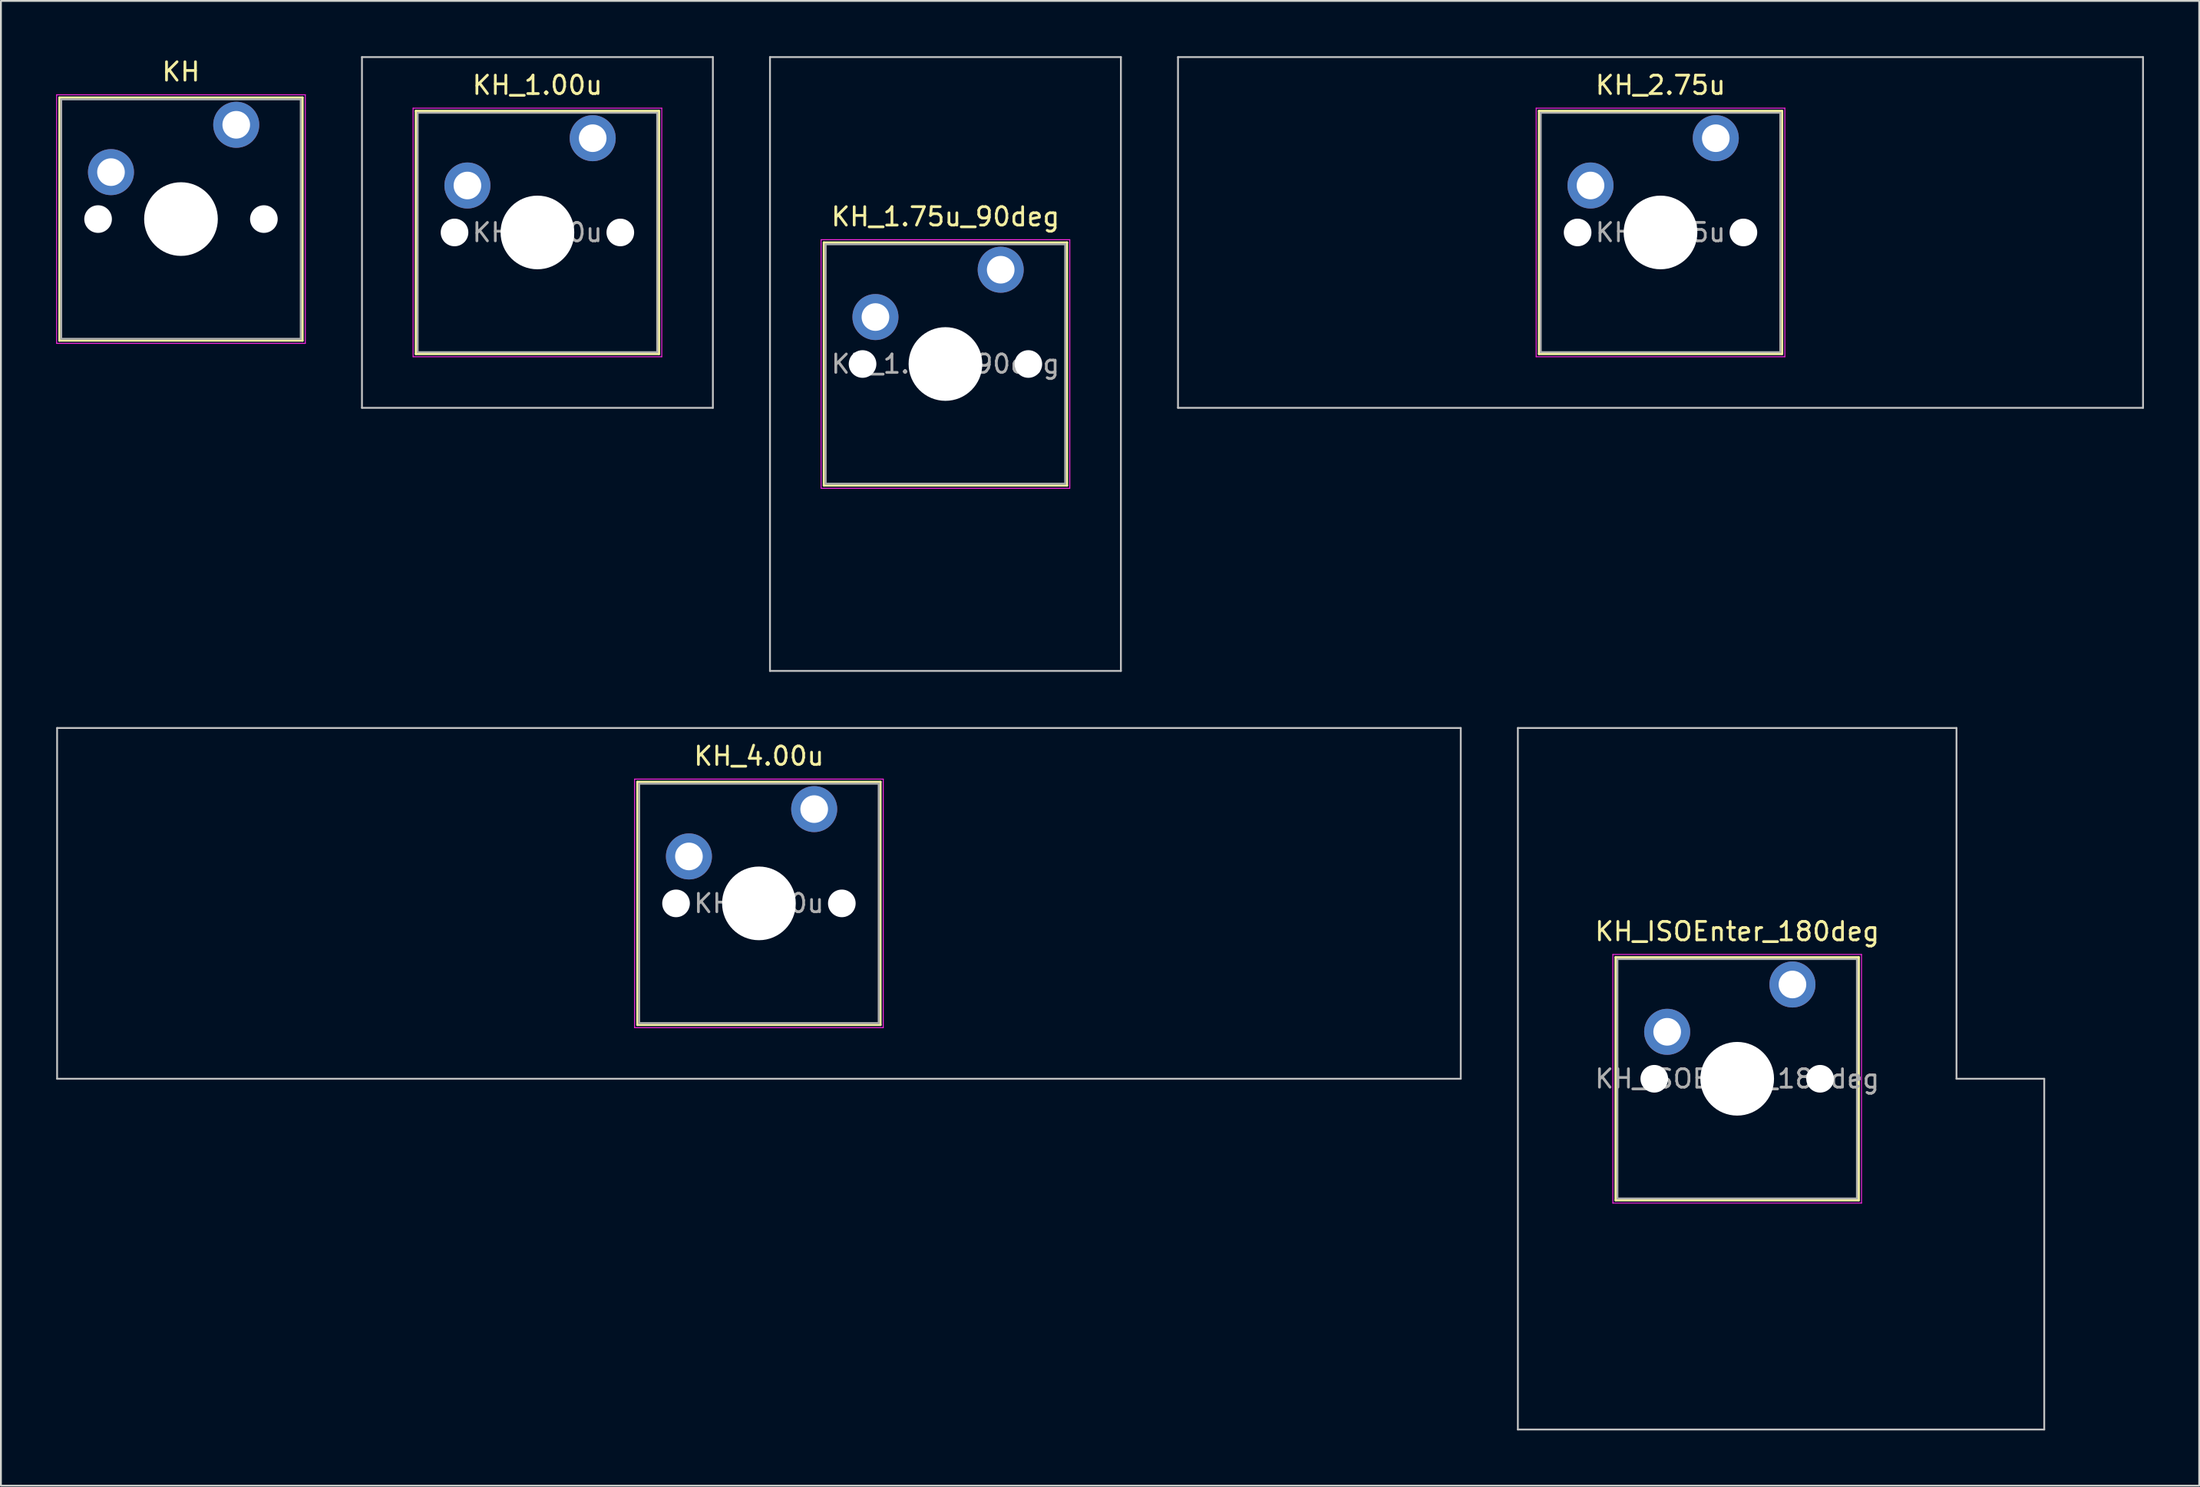
<source format=kicad_pcb>
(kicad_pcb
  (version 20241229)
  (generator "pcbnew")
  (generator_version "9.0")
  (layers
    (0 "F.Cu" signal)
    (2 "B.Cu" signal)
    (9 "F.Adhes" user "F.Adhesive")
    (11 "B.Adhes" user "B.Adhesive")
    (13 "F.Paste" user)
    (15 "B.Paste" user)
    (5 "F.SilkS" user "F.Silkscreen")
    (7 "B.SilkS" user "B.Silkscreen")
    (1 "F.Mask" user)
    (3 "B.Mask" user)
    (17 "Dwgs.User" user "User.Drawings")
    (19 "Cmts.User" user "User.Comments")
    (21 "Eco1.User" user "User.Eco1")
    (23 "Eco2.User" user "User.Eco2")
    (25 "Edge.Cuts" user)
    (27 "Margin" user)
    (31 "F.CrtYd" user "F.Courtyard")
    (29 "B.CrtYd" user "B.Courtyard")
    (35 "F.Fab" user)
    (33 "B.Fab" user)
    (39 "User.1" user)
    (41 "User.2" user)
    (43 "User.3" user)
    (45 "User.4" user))
  (footprint "KH_1.75u_90deg"
    (layer "F.Cu")
    (at 48.275 16.719)
    (property "Reference" "KH_1.75u_90deg" (at 0 -8 0) (layer "F.SilkS") (effects (font (size 1 1) (thickness 0.15))))
    (attr through_hole)
    (fp_line (start -6.6 -6.6) (end -6.6 6.6) (stroke (width 0.12) (type solid)) (layer "F.SilkS"))
    (fp_line (start -6.6 6.6) (end 6.6 6.6) (stroke (width 0.12) (type solid)) (layer "F.SilkS"))
    (fp_line (start 6.6 -6.6) (end -6.6 -6.6) (stroke (width 0.12) (type solid)) (layer "F.SilkS"))
    (fp_line (start 6.6 6.6) (end 6.6 -6.6) (stroke (width 0.12) (type solid)) (layer "F.SilkS"))
    (fp_line (start -9.525 -16.669) (end 9.525 -16.669) (stroke (width 0.1) (type solid)) (layer "Dwgs.User"))
    (fp_line (start -9.525 16.669) (end -9.525 -16.669) (stroke (width 0.1) (type solid)) (layer "Dwgs.User"))
    (fp_line (start 9.525 -16.669) (end 9.525 16.669) (stroke (width 0.1) (type solid)) (layer "Dwgs.User"))
    (fp_line (start 9.525 16.669) (end -9.525 16.669) (stroke (width 0.1) (type solid)) (layer "Dwgs.User"))
    (fp_line (start -6.1 -6.1) (end -6.1 6.1) (stroke (width 0.1) (type solid)) (layer "Eco1.User"))
    (fp_line (start -6.1 6.1) (end 6.1 6.1) (stroke (width 0.1) (type solid)) (layer "Eco1.User"))
    (fp_line (start 6.1 -6.1) (end -6.1 -6.1) (stroke (width 0.1) (type solid)) (layer "Eco1.User"))
    (fp_line (start 6.1 6.1) (end 6.1 -6.1) (stroke (width 0.1) (type solid)) (layer "Eco1.User"))
    (fp_line (start -6.75 -6.75) (end -6.75 6.75) (stroke (width 0.05) (type solid)) (layer "F.CrtYd"))
    (fp_line (start -6.75 6.75) (end 6.75 6.75) (stroke (width 0.05) (type solid)) (layer "F.CrtYd"))
    (fp_line (start 6.75 -6.75) (end -6.75 -6.75) (stroke (width 0.05) (type solid)) (layer "F.CrtYd"))
    (fp_line (start 6.75 6.75) (end 6.75 -6.75) (stroke (width 0.05) (type solid)) (layer "F.CrtYd"))
    (fp_line (start -6.5 -6.5) (end -6.5 6.5) (stroke (width 0.1) (type solid)) (layer "F.Fab"))
    (fp_line (start -6.5 6.5) (end 6.5 6.5) (stroke (width 0.1) (type solid)) (layer "F.Fab"))
    (fp_line (start 6.5 -6.5) (end -6.5 -6.5) (stroke (width 0.1) (type solid)) (layer "F.Fab"))
    (fp_line (start 6.5 6.5) (end 6.5 -6.5) (stroke (width 0.1) (type solid)) (layer "F.Fab"))
    (fp_text user "${REFERENCE}" (at 0 0 0) (layer "F.Fab") (effects (font (size 1 1) (thickness 0.15))))
    (pad "" np_thru_hole circle (at -4.5 0) (size 1.5 1.5) (drill 1.5) (layers "*.Cu" "*.Mask"))
    (pad "" np_thru_hole circle (at 0 0) (size 4 4) (drill 4) (layers "*.Cu" "*.Mask"))
    (pad "" np_thru_hole circle (at 4.5 0) (size 1.5 1.5) (drill 1.5) (layers "*.Cu" "*.Mask"))
    (pad "1" thru_hole circle (at -3.8 -2.55) (size 2.5 2.5) (drill 1.5) (layers "*.Cu" "*.Mask"))
    (pad "2" thru_hole circle (at 3 -5.12) (size 2.5 2.5) (drill 1.5) (layers "*.Cu" "*.Mask")))
  (footprint "KH_1.00u"
    (layer "F.Cu")
    (at 26.125 9.575)
    (property "Reference" "KH_1.00u" (at 0 -8 0) (layer "F.SilkS") (effects (font (size 1 1) (thickness 0.15))))
    (attr through_hole)
    (fp_line (start -6.6 -6.6) (end -6.6 6.6) (stroke (width 0.12) (type solid)) (layer "F.SilkS"))
    (fp_line (start -6.6 6.6) (end 6.6 6.6) (stroke (width 0.12) (type solid)) (layer "F.SilkS"))
    (fp_line (start 6.6 -6.6) (end -6.6 -6.6) (stroke (width 0.12) (type solid)) (layer "F.SilkS"))
    (fp_line (start 6.6 6.6) (end 6.6 -6.6) (stroke (width 0.12) (type solid)) (layer "F.SilkS"))
    (fp_line (start -9.525 -9.525) (end -9.525 9.525) (stroke (width 0.1) (type solid)) (layer "Dwgs.User"))
    (fp_line (start -9.525 9.525) (end 9.525 9.525) (stroke (width 0.1) (type solid)) (layer "Dwgs.User"))
    (fp_line (start 9.525 -9.525) (end -9.525 -9.525) (stroke (width 0.1) (type solid)) (layer "Dwgs.User"))
    (fp_line (start 9.525 9.525) (end 9.525 -9.525) (stroke (width 0.1) (type solid)) (layer "Dwgs.User"))
    (fp_line (start -6.1 -6.1) (end -6.1 6.1) (stroke (width 0.1) (type solid)) (layer "Eco1.User"))
    (fp_line (start -6.1 6.1) (end 6.1 6.1) (stroke (width 0.1) (type solid)) (layer "Eco1.User"))
    (fp_line (start 6.1 -6.1) (end -6.1 -6.1) (stroke (width 0.1) (type solid)) (layer "Eco1.User"))
    (fp_line (start 6.1 6.1) (end 6.1 -6.1) (stroke (width 0.1) (type solid)) (layer "Eco1.User"))
    (fp_line (start -6.75 -6.75) (end -6.75 6.75) (stroke (width 0.05) (type solid)) (layer "F.CrtYd"))
    (fp_line (start -6.75 6.75) (end 6.75 6.75) (stroke (width 0.05) (type solid)) (layer "F.CrtYd"))
    (fp_line (start 6.75 -6.75) (end -6.75 -6.75) (stroke (width 0.05) (type solid)) (layer "F.CrtYd"))
    (fp_line (start 6.75 6.75) (end 6.75 -6.75) (stroke (width 0.05) (type solid)) (layer "F.CrtYd"))
    (fp_line (start -6.5 -6.5) (end -6.5 6.5) (stroke (width 0.1) (type solid)) (layer "F.Fab"))
    (fp_line (start -6.5 6.5) (end 6.5 6.5) (stroke (width 0.1) (type solid)) (layer "F.Fab"))
    (fp_line (start 6.5 -6.5) (end -6.5 -6.5) (stroke (width 0.1) (type solid)) (layer "F.Fab"))
    (fp_line (start 6.5 6.5) (end 6.5 -6.5) (stroke (width 0.1) (type solid)) (layer "F.Fab"))
    (fp_text user "${REFERENCE}" (at 0 0 0) (layer "F.Fab") (effects (font (size 1 1) (thickness 0.15))))
    (pad "" np_thru_hole circle (at -4.5 0) (size 1.5 1.5) (drill 1.5) (layers "*.Cu" "*.Mask"))
    (pad "" np_thru_hole circle (at 0 0) (size 4 4) (drill 4) (layers "*.Cu" "*.Mask"))
    (pad "" np_thru_hole circle (at 4.5 0) (size 1.5 1.5) (drill 1.5) (layers "*.Cu" "*.Mask"))
    (pad "1" thru_hole circle (at -3.8 -2.55) (size 2.5 2.5) (drill 1.5) (layers "*.Cu" "*.Mask"))
    (pad "2" thru_hole circle (at 3 -5.12) (size 2.5 2.5) (drill 1.5) (layers "*.Cu" "*.Mask")))
  (footprint "KH_2.75u"
    (layer "F.Cu")
    (at 87.094 9.575)
    (property "Reference" "KH_2.75u" (at 0 -8 0) (layer "F.SilkS") (effects (font (size 1 1) (thickness 0.15))))
    (attr through_hole)
    (fp_line (start -6.6 -6.6) (end -6.6 6.6) (stroke (width 0.12) (type solid)) (layer "F.SilkS"))
    (fp_line (start -6.6 6.6) (end 6.6 6.6) (stroke (width 0.12) (type solid)) (layer "F.SilkS"))
    (fp_line (start 6.6 -6.6) (end -6.6 -6.6) (stroke (width 0.12) (type solid)) (layer "F.SilkS"))
    (fp_line (start 6.6 6.6) (end 6.6 -6.6) (stroke (width 0.12) (type solid)) (layer "F.SilkS"))
    (fp_line (start -26.194 -9.525) (end -26.194 9.525) (stroke (width 0.1) (type solid)) (layer "Dwgs.User"))
    (fp_line (start -26.194 9.525) (end 26.194 9.525) (stroke (width 0.1) (type solid)) (layer "Dwgs.User"))
    (fp_line (start 26.194 -9.525) (end -26.194 -9.525) (stroke (width 0.1) (type solid)) (layer "Dwgs.User"))
    (fp_line (start 26.194 9.525) (end 26.194 -9.525) (stroke (width 0.1) (type solid)) (layer "Dwgs.User"))
    (fp_line (start -6.1 -6.1) (end -6.1 6.1) (stroke (width 0.1) (type solid)) (layer "Eco1.User"))
    (fp_line (start -6.1 6.1) (end 6.1 6.1) (stroke (width 0.1) (type solid)) (layer "Eco1.User"))
    (fp_line (start 6.1 -6.1) (end -6.1 -6.1) (stroke (width 0.1) (type solid)) (layer "Eco1.User"))
    (fp_line (start 6.1 6.1) (end 6.1 -6.1) (stroke (width 0.1) (type solid)) (layer "Eco1.User"))
    (fp_line (start -6.75 -6.75) (end -6.75 6.75) (stroke (width 0.05) (type solid)) (layer "F.CrtYd"))
    (fp_line (start -6.75 6.75) (end 6.75 6.75) (stroke (width 0.05) (type solid)) (layer "F.CrtYd"))
    (fp_line (start 6.75 -6.75) (end -6.75 -6.75) (stroke (width 0.05) (type solid)) (layer "F.CrtYd"))
    (fp_line (start 6.75 6.75) (end 6.75 -6.75) (stroke (width 0.05) (type solid)) (layer "F.CrtYd"))
    (fp_line (start -6.5 -6.5) (end -6.5 6.5) (stroke (width 0.1) (type solid)) (layer "F.Fab"))
    (fp_line (start -6.5 6.5) (end 6.5 6.5) (stroke (width 0.1) (type solid)) (layer "F.Fab"))
    (fp_line (start 6.5 -6.5) (end -6.5 -6.5) (stroke (width 0.1) (type solid)) (layer "F.Fab"))
    (fp_line (start 6.5 6.5) (end 6.5 -6.5) (stroke (width 0.1) (type solid)) (layer "F.Fab"))
    (fp_text user "${REFERENCE}" (at 0 0 0) (layer "F.Fab") (effects (font (size 1 1) (thickness 0.15))))
    (pad "" np_thru_hole circle (at -4.5 0) (size 1.5 1.5) (drill 1.5) (layers "*.Cu" "*.Mask"))
    (pad "" np_thru_hole circle (at 0 0) (size 4 4) (drill 4) (layers "*.Cu" "*.Mask"))
    (pad "" np_thru_hole circle (at 4.5 0) (size 1.5 1.5) (drill 1.5) (layers "*.Cu" "*.Mask"))
    (pad "1" thru_hole circle (at -3.8 -2.55) (size 2.5 2.5) (drill 1.5) (layers "*.Cu" "*.Mask"))
    (pad "2" thru_hole circle (at 3 -5.12) (size 2.5 2.5) (drill 1.5) (layers "*.Cu" "*.Mask")))
  (footprint "KH_ISOEnter_180deg"
    (layer "F.Cu")
    (at 91.256 55.538)
    (property "Reference" "KH_ISOEnter_180deg" (at 0 -8 0) (layer "F.SilkS") (effects (font (size 1 1) (thickness 0.15))))
    (attr through_hole)
    (fp_line (start -6.6 -6.6) (end -6.6 6.6) (stroke (width 0.12) (type solid)) (layer "F.SilkS"))
    (fp_line (start -6.6 6.6) (end 6.6 6.6) (stroke (width 0.12) (type solid)) (layer "F.SilkS"))
    (fp_line (start 6.6 -6.6) (end -6.6 -6.6) (stroke (width 0.12) (type solid)) (layer "F.SilkS"))
    (fp_line (start 6.6 6.6) (end 6.6 -6.6) (stroke (width 0.12) (type solid)) (layer "F.SilkS"))
    (fp_line (start -11.906 -19.05) (end -11.906 19.05) (stroke (width 0.1) (type solid)) (layer "Dwgs.User"))
    (fp_line (start -11.906 19.05) (end 16.669 19.05) (stroke (width 0.1) (type solid)) (layer "Dwgs.User"))
    (fp_line (start 11.906 -19.05) (end -11.906 -19.05) (stroke (width 0.1) (type solid)) (layer "Dwgs.User"))
    (fp_line (start 11.906 0) (end 11.906 -19.05) (stroke (width 0.1) (type solid)) (layer "Dwgs.User"))
    (fp_line (start 16.669 0) (end 11.906 0) (stroke (width 0.1) (type solid)) (layer "Dwgs.User"))
    (fp_line (start 16.669 19.05) (end 16.669 0) (stroke (width 0.1) (type solid)) (layer "Dwgs.User"))
    (fp_line (start -6.1 -6.1) (end -6.1 6.1) (stroke (width 0.1) (type solid)) (layer "Eco1.User"))
    (fp_line (start -6.1 6.1) (end 6.1 6.1) (stroke (width 0.1) (type solid)) (layer "Eco1.User"))
    (fp_line (start 6.1 -6.1) (end -6.1 -6.1) (stroke (width 0.1) (type solid)) (layer "Eco1.User"))
    (fp_line (start 6.1 6.1) (end 6.1 -6.1) (stroke (width 0.1) (type solid)) (layer "Eco1.User"))
    (fp_line (start -6.75 -6.75) (end -6.75 6.75) (stroke (width 0.05) (type solid)) (layer "F.CrtYd"))
    (fp_line (start -6.75 6.75) (end 6.75 6.75) (stroke (width 0.05) (type solid)) (layer "F.CrtYd"))
    (fp_line (start 6.75 -6.75) (end -6.75 -6.75) (stroke (width 0.05) (type solid)) (layer "F.CrtYd"))
    (fp_line (start 6.75 6.75) (end 6.75 -6.75) (stroke (width 0.05) (type solid)) (layer "F.CrtYd"))
    (fp_line (start -6.5 -6.5) (end -6.5 6.5) (stroke (width 0.1) (type solid)) (layer "F.Fab"))
    (fp_line (start -6.5 6.5) (end 6.5 6.5) (stroke (width 0.1) (type solid)) (layer "F.Fab"))
    (fp_line (start 6.5 -6.5) (end -6.5 -6.5) (stroke (width 0.1) (type solid)) (layer "F.Fab"))
    (fp_line (start 6.5 6.5) (end 6.5 -6.5) (stroke (width 0.1) (type solid)) (layer "F.Fab"))
    (fp_text user "${REFERENCE}" (at 0 0 0) (layer "F.Fab") (effects (font (size 1 1) (thickness 0.15))))
    (pad "" np_thru_hole circle (at -4.5 0) (size 1.5 1.5) (drill 1.5) (layers "*.Cu" "*.Mask"))
    (pad "" np_thru_hole circle (at 0 0) (size 4 4) (drill 4) (layers "*.Cu" "*.Mask"))
    (pad "" np_thru_hole circle (at 4.5 0) (size 1.5 1.5) (drill 1.5) (layers "*.Cu" "*.Mask"))
    (pad "1" thru_hole circle (at -3.8 -2.55) (size 2.5 2.5) (drill 1.5) (layers "*.Cu" "*.Mask"))
    (pad "2" thru_hole circle (at 3 -5.12) (size 2.5 2.5) (drill 1.5) (layers "*.Cu" "*.Mask")))
  (footprint "KH_4.00u"
    (layer "F.Cu")
    (at 38.15 46.013)
    (property "Reference" "KH_4.00u" (at 0 -8 0) (layer "F.SilkS") (effects (font (size 1 1) (thickness 0.15))))
    (attr through_hole)
    (fp_line (start -6.6 -6.6) (end -6.6 6.6) (stroke (width 0.12) (type solid)) (layer "F.SilkS"))
    (fp_line (start -6.6 6.6) (end 6.6 6.6) (stroke (width 0.12) (type solid)) (layer "F.SilkS"))
    (fp_line (start 6.6 -6.6) (end -6.6 -6.6) (stroke (width 0.12) (type solid)) (layer "F.SilkS"))
    (fp_line (start 6.6 6.6) (end 6.6 -6.6) (stroke (width 0.12) (type solid)) (layer "F.SilkS"))
    (fp_line (start -38.1 -9.525) (end -38.1 9.525) (stroke (width 0.1) (type solid)) (layer "Dwgs.User"))
    (fp_line (start -38.1 9.525) (end 38.1 9.525) (stroke (width 0.1) (type solid)) (layer "Dwgs.User"))
    (fp_line (start 38.1 -9.525) (end -38.1 -9.525) (stroke (width 0.1) (type solid)) (layer "Dwgs.User"))
    (fp_line (start 38.1 9.525) (end 38.1 -9.525) (stroke (width 0.1) (type solid)) (layer "Dwgs.User"))
    (fp_line (start -6.1 -6.1) (end -6.1 6.1) (stroke (width 0.1) (type solid)) (layer "Eco1.User"))
    (fp_line (start -6.1 6.1) (end 6.1 6.1) (stroke (width 0.1) (type solid)) (layer "Eco1.User"))
    (fp_line (start 6.1 -6.1) (end -6.1 -6.1) (stroke (width 0.1) (type solid)) (layer "Eco1.User"))
    (fp_line (start 6.1 6.1) (end 6.1 -6.1) (stroke (width 0.1) (type solid)) (layer "Eco1.User"))
    (fp_line (start -6.75 -6.75) (end -6.75 6.75) (stroke (width 0.05) (type solid)) (layer "F.CrtYd"))
    (fp_line (start -6.75 6.75) (end 6.75 6.75) (stroke (width 0.05) (type solid)) (layer "F.CrtYd"))
    (fp_line (start 6.75 -6.75) (end -6.75 -6.75) (stroke (width 0.05) (type solid)) (layer "F.CrtYd"))
    (fp_line (start 6.75 6.75) (end 6.75 -6.75) (stroke (width 0.05) (type solid)) (layer "F.CrtYd"))
    (fp_line (start -6.5 -6.5) (end -6.5 6.5) (stroke (width 0.1) (type solid)) (layer "F.Fab"))
    (fp_line (start -6.5 6.5) (end 6.5 6.5) (stroke (width 0.1) (type solid)) (layer "F.Fab"))
    (fp_line (start 6.5 -6.5) (end -6.5 -6.5) (stroke (width 0.1) (type solid)) (layer "F.Fab"))
    (fp_line (start 6.5 6.5) (end 6.5 -6.5) (stroke (width 0.1) (type solid)) (layer "F.Fab"))
    (fp_text user "${REFERENCE}" (at 0 0 0) (layer "F.Fab") (effects (font (size 1 1) (thickness 0.15))))
    (pad "" np_thru_hole circle (at -4.5 0) (size 1.5 1.5) (drill 1.5) (layers "*.Cu" "*.Mask"))
    (pad "" np_thru_hole circle (at 0 0) (size 4 4) (drill 4) (layers "*.Cu" "*.Mask"))
    (pad "" np_thru_hole circle (at 4.5 0) (size 1.5 1.5) (drill 1.5) (layers "*.Cu" "*.Mask"))
    (pad "1" thru_hole circle (at -3.8 -2.55) (size 2.5 2.5) (drill 1.5) (layers "*.Cu" "*.Mask"))
    (pad "2" thru_hole circle (at 3 -5.12) (size 2.5 2.5) (drill 1.5) (layers "*.Cu" "*.Mask")))
  (footprint "KH"
    (layer "F.Cu")
    (at 6.775 8.848)
    (property "Reference" "KH" (at 0 -8 0) (layer "F.SilkS") (effects (font (size 1 1) (thickness 0.15))))
    (attr through_hole)
    (fp_line (start -6.6 -6.6) (end -6.6 6.6) (stroke (width 0.12) (type solid)) (layer "F.SilkS"))
    (fp_line (start -6.6 6.6) (end 6.6 6.6) (stroke (width 0.12) (type solid)) (layer "F.SilkS"))
    (fp_line (start 6.6 -6.6) (end -6.6 -6.6) (stroke (width 0.12) (type solid)) (layer "F.SilkS"))
    (fp_line (start 6.6 6.6) (end 6.6 -6.6) (stroke (width 0.12) (type solid)) (layer "F.SilkS"))
    (fp_line (start -6.1 -6.1) (end -6.1 6.1) (stroke (width 0.1) (type solid)) (layer "Eco1.User"))
    (fp_line (start -6.1 6.1) (end 6.1 6.1) (stroke (width 0.1) (type solid)) (layer "Eco1.User"))
    (fp_line (start 6.1 -6.1) (end -6.1 -6.1) (stroke (width 0.1) (type solid)) (layer "Eco1.User"))
    (fp_line (start 6.1 6.1) (end 6.1 -6.1) (stroke (width 0.1) (type solid)) (layer "Eco1.User"))
    (fp_line (start -6.75 -6.75) (end -6.75 6.75) (stroke (width 0.05) (type solid)) (layer "F.CrtYd"))
    (fp_line (start -6.75 6.75) (end 6.75 6.75) (stroke (width 0.05) (type solid)) (layer "F.CrtYd"))
    (fp_line (start 6.75 -6.75) (end -6.75 -6.75) (stroke (width 0.05) (type solid)) (layer "F.CrtYd"))
    (fp_line (start 6.75 6.75) (end 6.75 -6.75) (stroke (width 0.05) (type solid)) (layer "F.CrtYd"))
    (fp_line (start -6.5 -6.5) (end -6.5 6.5) (stroke (width 0.1) (type solid)) (layer "F.Fab"))
    (fp_line (start -6.5 6.5) (end 6.5 6.5) (stroke (width 0.1) (type solid)) (layer "F.Fab"))
    (fp_line (start 6.5 -6.5) (end -6.5 -6.5) (stroke (width 0.1) (type solid)) (layer "F.Fab"))
    (fp_line (start 6.5 6.5) (end 6.5 -6.5) (stroke (width 0.1) (type solid)) (layer "F.Fab"))
    (fp_text user "${REFERENCE}" (at 0 0 0) (layer "F.Fab") (effects (font (size 1 1) (thickness 0.15))))
    (pad "" np_thru_hole circle (at -4.5 0) (size 1.5 1.5) (drill 1.5) (layers "*.Cu" "*.Mask"))
    (pad "" np_thru_hole circle (at 0 0) (size 4 4) (drill 4) (layers "*.Cu" "*.Mask"))
    (pad "" np_thru_hole circle (at 4.5 0) (size 1.5 1.5) (drill 1.5) (layers "*.Cu" "*.Mask"))
    (pad "1" thru_hole circle (at -3.8 -2.55) (size 2.5 2.5) (drill 1.5) (layers "*.Cu" "*.Mask"))
    (pad "2" thru_hole circle (at 3 -5.12) (size 2.5 2.5) (drill 1.5) (layers "*.Cu" "*.Mask")))
  (gr_rect
    (start -3 -3)
    (end 116.338 77.638)
    (stroke (width 0.1) (type default))
    (fill no)
    (layer "Edge.Cuts")))
</source>
